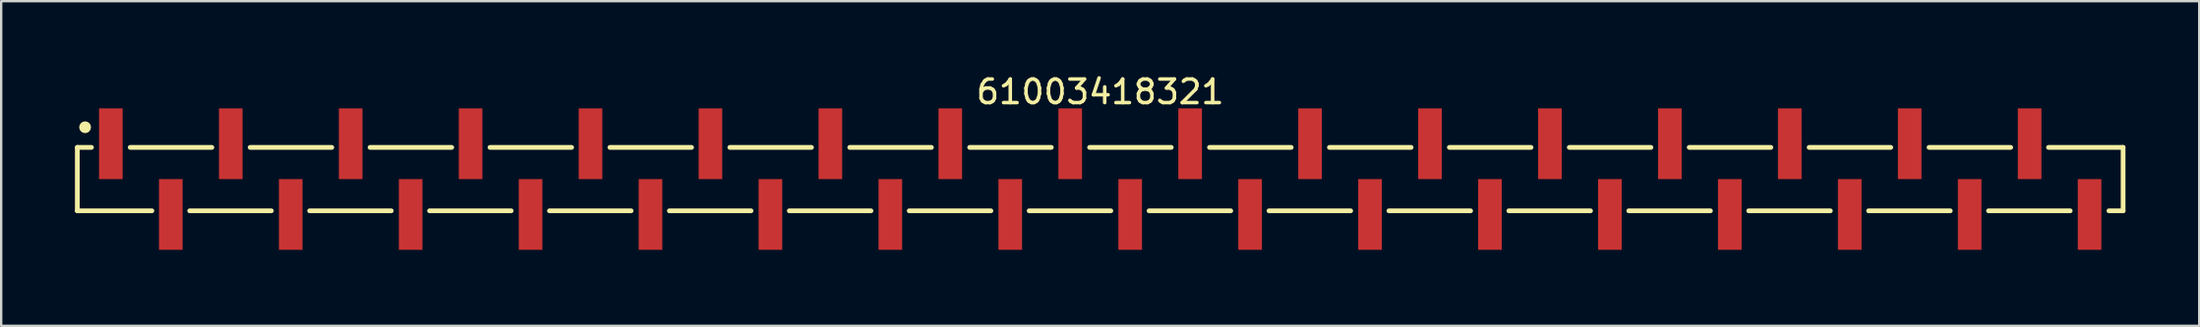
<source format=kicad_pcb>
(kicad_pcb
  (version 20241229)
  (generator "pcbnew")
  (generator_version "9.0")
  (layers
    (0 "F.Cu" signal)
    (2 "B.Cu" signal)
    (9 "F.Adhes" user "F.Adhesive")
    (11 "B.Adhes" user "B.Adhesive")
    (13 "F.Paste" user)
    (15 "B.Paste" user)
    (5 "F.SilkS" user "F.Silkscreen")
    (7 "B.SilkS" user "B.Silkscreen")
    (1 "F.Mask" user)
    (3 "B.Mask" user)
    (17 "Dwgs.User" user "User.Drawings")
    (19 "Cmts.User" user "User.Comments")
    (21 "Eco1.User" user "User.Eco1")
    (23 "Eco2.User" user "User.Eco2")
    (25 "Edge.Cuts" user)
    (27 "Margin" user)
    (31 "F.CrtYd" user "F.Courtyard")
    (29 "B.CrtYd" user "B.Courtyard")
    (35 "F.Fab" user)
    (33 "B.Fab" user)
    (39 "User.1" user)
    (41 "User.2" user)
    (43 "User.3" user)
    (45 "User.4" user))
  (footprint "61003418321"
    (layer "F.Cu")
    (at 43.555 4.548)
    (property "Reference" "61003418321" (at 0 -3.7 0) (layer "F.SilkS") (effects (font (size 1 1) (thickness 0.15))))
    (fp_line (start -43.33 -1.345) (end -42.73 -1.345) (stroke (width 0.2) (type solid)) (layer "F.SilkS"))
    (fp_line (start -43.33 1.345) (end -43.33 -1.345) (stroke (width 0.2) (type solid)) (layer "F.SilkS"))
    (fp_line (start -43.33 1.345) (end -40.17 1.345) (stroke (width 0.2) (type solid)) (layer "F.SilkS"))
    (fp_line (start -41.09 -1.345) (end -37.63 -1.345) (stroke (width 0.2) (type solid)) (layer "F.SilkS"))
    (fp_line (start -38.57 1.345) (end -35.11 1.345) (stroke (width 0.2) (type solid)) (layer "F.SilkS"))
    (fp_line (start -36.01 -1.345) (end -32.55 -1.345) (stroke (width 0.2) (type solid)) (layer "F.SilkS"))
    (fp_line (start -33.49 1.345) (end -30.03 1.345) (stroke (width 0.2) (type solid)) (layer "F.SilkS"))
    (fp_line (start -30.93 -1.345) (end -27.47 -1.345) (stroke (width 0.2) (type solid)) (layer "F.SilkS"))
    (fp_line (start -28.41 1.345) (end -24.95 1.345) (stroke (width 0.2) (type solid)) (layer "F.SilkS"))
    (fp_line (start -25.85 -1.345) (end -22.39 -1.345) (stroke (width 0.2) (type solid)) (layer "F.SilkS"))
    (fp_line (start -23.33 1.345) (end -19.87 1.345) (stroke (width 0.2) (type solid)) (layer "F.SilkS"))
    (fp_line (start -20.77 -1.345) (end -17.31 -1.345) (stroke (width 0.2) (type solid)) (layer "F.SilkS"))
    (fp_line (start -18.25 1.345) (end -14.79 1.345) (stroke (width 0.2) (type solid)) (layer "F.SilkS"))
    (fp_line (start -15.69 -1.345) (end -12.23 -1.345) (stroke (width 0.2) (type solid)) (layer "F.SilkS"))
    (fp_line (start -13.17 1.345) (end -9.71 1.345) (stroke (width 0.2) (type solid)) (layer "F.SilkS"))
    (fp_line (start -10.61 -1.345) (end -7.15 -1.345) (stroke (width 0.2) (type solid)) (layer "F.SilkS"))
    (fp_line (start -8.09 1.345) (end -4.63 1.345) (stroke (width 0.2) (type solid)) (layer "F.SilkS"))
    (fp_line (start -5.53 -1.345) (end -2.07 -1.345) (stroke (width 0.2) (type solid)) (layer "F.SilkS"))
    (fp_line (start -3.01 1.345) (end 0.45 1.345) (stroke (width 0.2) (type solid)) (layer "F.SilkS"))
    (fp_line (start -0.45 -1.345) (end 3.01 -1.345) (stroke (width 0.2) (type solid)) (layer "F.SilkS"))
    (fp_line (start 2.07 1.345) (end 5.53 1.345) (stroke (width 0.2) (type solid)) (layer "F.SilkS"))
    (fp_line (start 4.63 -1.345) (end 8.09 -1.345) (stroke (width 0.2) (type solid)) (layer "F.SilkS"))
    (fp_line (start 7.15 1.345) (end 10.61 1.345) (stroke (width 0.2) (type solid)) (layer "F.SilkS"))
    (fp_line (start 9.71 -1.345) (end 13.17 -1.345) (stroke (width 0.2) (type solid)) (layer "F.SilkS"))
    (fp_line (start 12.23 1.345) (end 15.69 1.345) (stroke (width 0.2) (type solid)) (layer "F.SilkS"))
    (fp_line (start 14.79 -1.345) (end 18.25 -1.345) (stroke (width 0.2) (type solid)) (layer "F.SilkS"))
    (fp_line (start 17.31 1.345) (end 20.77 1.345) (stroke (width 0.2) (type solid)) (layer "F.SilkS"))
    (fp_line (start 19.87 -1.345) (end 23.33 -1.345) (stroke (width 0.2) (type solid)) (layer "F.SilkS"))
    (fp_line (start 22.39 1.345) (end 25.85 1.345) (stroke (width 0.2) (type solid)) (layer "F.SilkS"))
    (fp_line (start 24.95 -1.345) (end 28.41 -1.345) (stroke (width 0.2) (type solid)) (layer "F.SilkS"))
    (fp_line (start 27.47 1.345) (end 30.93 1.345) (stroke (width 0.2) (type solid)) (layer "F.SilkS"))
    (fp_line (start 30.03 -1.345) (end 33.49 -1.345) (stroke (width 0.2) (type solid)) (layer "F.SilkS"))
    (fp_line (start 32.55 1.345) (end 36.01 1.345) (stroke (width 0.2) (type solid)) (layer "F.SilkS"))
    (fp_line (start 35.11 -1.345) (end 38.57 -1.345) (stroke (width 0.2) (type solid)) (layer "F.SilkS"))
    (fp_line (start 37.63 1.345) (end 41.09 1.345) (stroke (width 0.2) (type solid)) (layer "F.SilkS"))
    (fp_line (start 40.17 -1.345) (end 43.33 -1.345) (stroke (width 0.2) (type solid)) (layer "F.SilkS"))
    (fp_line (start 42.73 1.345) (end 43.33 1.345) (stroke (width 0.2) (type solid)) (layer "F.SilkS"))
    (fp_line (start 43.33 1.345) (end 43.33 -1.345) (stroke (width 0.2) (type solid)) (layer "F.SilkS"))
    (fp_circle (center -43 -2.2) (end -43 -2.325) (stroke (width 0.25) (type solid)) (fill no) (layer "F.SilkS"))
    (fp_line (start -43.53 -3.2) (end 43.53 -3.2) (stroke (width 0.05) (type solid)) (layer "Eco2.User"))
    (fp_line (start -43.53 3.2) (end -43.53 -3.2) (stroke (width 0.05) (type solid)) (layer "Eco2.User"))
    (fp_line (start -43.53 3.2) (end 43.53 3.2) (stroke (width 0.05) (type solid)) (layer "Eco2.User"))
    (fp_line (start -43.18 -1.27) (end 43.18 -1.27) (stroke (width 0.1) (type solid)) (layer "Eco2.User"))
    (fp_line (start -43.18 1.27) (end -43.18 -1.27) (stroke (width 0.1) (type solid)) (layer "Eco2.User"))
    (fp_line (start -43.18 1.27) (end 43.18 1.27) (stroke (width 0.1) (type solid)) (layer "Eco2.User"))
    (fp_line (start -42.23 -2.5) (end -41.59 -2.5) (stroke (width 0.1) (type solid)) (layer "Eco2.User"))
    (fp_line (start -42.23 -1.27) (end -42.23 -2.5) (stroke (width 0.1) (type solid)) (layer "Eco2.User"))
    (fp_line (start -41.59 -1.27) (end -41.59 -2.5) (stroke (width 0.1) (type solid)) (layer "Eco2.User"))
    (fp_line (start -39.69 2.5) (end -39.69 1.27) (stroke (width 0.1) (type solid)) (layer "Eco2.User"))
    (fp_line (start -39.69 2.5) (end -39.05 2.5) (stroke (width 0.1) (type solid)) (layer "Eco2.User"))
    (fp_line (start -39.05 2.5) (end -39.05 1.27) (stroke (width 0.1) (type solid)) (layer "Eco2.User"))
    (fp_line (start -37.15 -2.5) (end -36.51 -2.5) (stroke (width 0.1) (type solid)) (layer "Eco2.User"))
    (fp_line (start -37.15 -1.27) (end -37.15 -2.5) (stroke (width 0.1) (type solid)) (layer "Eco2.User"))
    (fp_line (start -36.51 -1.27) (end -36.51 -2.5) (stroke (width 0.1) (type solid)) (layer "Eco2.User"))
    (fp_line (start -34.61 2.5) (end -34.61 1.27) (stroke (width 0.1) (type solid)) (layer "Eco2.User"))
    (fp_line (start -34.61 2.5) (end -33.97 2.5) (stroke (width 0.1) (type solid)) (layer "Eco2.User"))
    (fp_line (start -33.97 2.5) (end -33.97 1.27) (stroke (width 0.1) (type solid)) (layer "Eco2.User"))
    (fp_line (start -32.07 -2.5) (end -31.43 -2.5) (stroke (width 0.1) (type solid)) (layer "Eco2.User"))
    (fp_line (start -32.07 -1.27) (end -32.07 -2.5) (stroke (width 0.1) (type solid)) (layer "Eco2.User"))
    (fp_line (start -31.43 -1.27) (end -31.43 -2.5) (stroke (width 0.1) (type solid)) (layer "Eco2.User"))
    (fp_line (start -29.53 2.5) (end -29.53 1.27) (stroke (width 0.1) (type solid)) (layer "Eco2.User"))
    (fp_line (start -29.53 2.5) (end -28.89 2.5) (stroke (width 0.1) (type solid)) (layer "Eco2.User"))
    (fp_line (start -28.89 2.5) (end -28.89 1.27) (stroke (width 0.1) (type solid)) (layer "Eco2.User"))
    (fp_line (start -26.99 -2.5) (end -26.35 -2.5) (stroke (width 0.1) (type solid)) (layer "Eco2.User"))
    (fp_line (start -26.99 -1.27) (end -26.99 -2.5) (stroke (width 0.1) (type solid)) (layer "Eco2.User"))
    (fp_line (start -26.35 -1.27) (end -26.35 -2.5) (stroke (width 0.1) (type solid)) (layer "Eco2.User"))
    (fp_line (start -24.45 2.5) (end -24.45 1.27) (stroke (width 0.1) (type solid)) (layer "Eco2.User"))
    (fp_line (start -24.45 2.5) (end -23.81 2.5) (stroke (width 0.1) (type solid)) (layer "Eco2.User"))
    (fp_line (start -23.81 2.5) (end -23.81 1.27) (stroke (width 0.1) (type solid)) (layer "Eco2.User"))
    (fp_line (start -21.91 -2.5) (end -21.27 -2.5) (stroke (width 0.1) (type solid)) (layer "Eco2.User"))
    (fp_line (start -21.91 -1.27) (end -21.91 -2.5) (stroke (width 0.1) (type solid)) (layer "Eco2.User"))
    (fp_line (start -21.27 -1.27) (end -21.27 -2.5) (stroke (width 0.1) (type solid)) (layer "Eco2.User"))
    (fp_line (start -19.37 2.5) (end -19.37 1.27) (stroke (width 0.1) (type solid)) (layer "Eco2.User"))
    (fp_line (start -19.37 2.5) (end -18.73 2.5) (stroke (width 0.1) (type solid)) (layer "Eco2.User"))
    (fp_line (start -18.73 2.5) (end -18.73 1.27) (stroke (width 0.1) (type solid)) (layer "Eco2.User"))
    (fp_line (start -16.83 -2.5) (end -16.19 -2.5) (stroke (width 0.1) (type solid)) (layer "Eco2.User"))
    (fp_line (start -16.83 -1.27) (end -16.83 -2.5) (stroke (width 0.1) (type solid)) (layer "Eco2.User"))
    (fp_line (start -16.19 -1.27) (end -16.19 -2.5) (stroke (width 0.1) (type solid)) (layer "Eco2.User"))
    (fp_line (start -14.29 2.5) (end -14.29 1.27) (stroke (width 0.1) (type solid)) (layer "Eco2.User"))
    (fp_line (start -14.29 2.5) (end -13.65 2.5) (stroke (width 0.1) (type solid)) (layer "Eco2.User"))
    (fp_line (start -13.65 2.5) (end -13.65 1.27) (stroke (width 0.1) (type solid)) (layer "Eco2.User"))
    (fp_line (start -11.75 -2.5) (end -11.11 -2.5) (stroke (width 0.1) (type solid)) (layer "Eco2.User"))
    (fp_line (start -11.75 -1.27) (end -11.75 -2.5) (stroke (width 0.1) (type solid)) (layer "Eco2.User"))
    (fp_line (start -11.11 -1.27) (end -11.11 -2.5) (stroke (width 0.1) (type solid)) (layer "Eco2.User"))
    (fp_line (start -9.21 2.5) (end -9.21 1.27) (stroke (width 0.1) (type solid)) (layer "Eco2.User"))
    (fp_line (start -9.21 2.5) (end -8.57 2.5) (stroke (width 0.1) (type solid)) (layer "Eco2.User"))
    (fp_line (start -8.57 2.5) (end -8.57 1.27) (stroke (width 0.1) (type solid)) (layer "Eco2.User"))
    (fp_line (start -6.67 -2.5) (end -6.03 -2.5) (stroke (width 0.1) (type solid)) (layer "Eco2.User"))
    (fp_line (start -6.67 -1.27) (end -6.67 -2.5) (stroke (width 0.1) (type solid)) (layer "Eco2.User"))
    (fp_line (start -6.03 -1.27) (end -6.03 -2.5) (stroke (width 0.1) (type solid)) (layer "Eco2.User"))
    (fp_line (start -4.13 2.5) (end -4.13 1.27) (stroke (width 0.1) (type solid)) (layer "Eco2.User"))
    (fp_line (start -4.13 2.5) (end -3.49 2.5) (stroke (width 0.1) (type solid)) (layer "Eco2.User"))
    (fp_line (start -3.49 2.5) (end -3.49 1.27) (stroke (width 0.1) (type solid)) (layer "Eco2.User"))
    (fp_line (start -1.59 -2.5) (end -0.95 -2.5) (stroke (width 0.1) (type solid)) (layer "Eco2.User"))
    (fp_line (start -1.59 -1.27) (end -1.59 -2.5) (stroke (width 0.1) (type solid)) (layer "Eco2.User"))
    (fp_line (start -0.95 -1.27) (end -0.95 -2.5) (stroke (width 0.1) (type solid)) (layer "Eco2.User"))
    (fp_line (start -0.5 0) (end 0.5 0) (stroke (width 0.05) (type solid)) (layer "Eco2.User"))
    (fp_line (start 0 0.5) (end 0 -0.5) (stroke (width 0.05) (type solid)) (layer "Eco2.User"))
    (fp_line (start 0.95 2.5) (end 0.95 1.27) (stroke (width 0.1) (type solid)) (layer "Eco2.User"))
    (fp_line (start 0.95 2.5) (end 1.59 2.5) (stroke (width 0.1) (type solid)) (layer "Eco2.User"))
    (fp_line (start 1.59 2.5) (end 1.59 1.27) (stroke (width 0.1) (type solid)) (layer "Eco2.User"))
    (fp_line (start 3.49 -2.5) (end 4.13 -2.5) (stroke (width 0.1) (type solid)) (layer "Eco2.User"))
    (fp_line (start 3.49 -1.27) (end 3.49 -2.5) (stroke (width 0.1) (type solid)) (layer "Eco2.User"))
    (fp_line (start 4.13 -1.27) (end 4.13 -2.5) (stroke (width 0.1) (type solid)) (layer "Eco2.User"))
    (fp_line (start 6.03 2.5) (end 6.03 1.27) (stroke (width 0.1) (type solid)) (layer "Eco2.User"))
    (fp_line (start 6.03 2.5) (end 6.67 2.5) (stroke (width 0.1) (type solid)) (layer "Eco2.User"))
    (fp_line (start 6.67 2.5) (end 6.67 1.27) (stroke (width 0.1) (type solid)) (layer "Eco2.User"))
    (fp_line (start 8.57 -2.5) (end 9.21 -2.5) (stroke (width 0.1) (type solid)) (layer "Eco2.User"))
    (fp_line (start 8.57 -1.27) (end 8.57 -2.5) (stroke (width 0.1) (type solid)) (layer "Eco2.User"))
    (fp_line (start 9.21 -1.27) (end 9.21 -2.5) (stroke (width 0.1) (type solid)) (layer "Eco2.User"))
    (fp_line (start 11.11 2.5) (end 11.11 1.27) (stroke (width 0.1) (type solid)) (layer "Eco2.User"))
    (fp_line (start 11.11 2.5) (end 11.75 2.5) (stroke (width 0.1) (type solid)) (layer "Eco2.User"))
    (fp_line (start 11.75 2.5) (end 11.75 1.27) (stroke (width 0.1) (type solid)) (layer "Eco2.User"))
    (fp_line (start 13.65 -2.5) (end 14.29 -2.5) (stroke (width 0.1) (type solid)) (layer "Eco2.User"))
    (fp_line (start 13.65 -1.27) (end 13.65 -2.5) (stroke (width 0.1) (type solid)) (layer "Eco2.User"))
    (fp_line (start 14.29 -1.27) (end 14.29 -2.5) (stroke (width 0.1) (type solid)) (layer "Eco2.User"))
    (fp_line (start 16.19 2.5) (end 16.19 1.27) (stroke (width 0.1) (type solid)) (layer "Eco2.User"))
    (fp_line (start 16.19 2.5) (end 16.83 2.5) (stroke (width 0.1) (type solid)) (layer "Eco2.User"))
    (fp_line (start 16.83 2.5) (end 16.83 1.27) (stroke (width 0.1) (type solid)) (layer "Eco2.User"))
    (fp_line (start 18.73 -2.5) (end 19.37 -2.5) (stroke (width 0.1) (type solid)) (layer "Eco2.User"))
    (fp_line (start 18.73 -1.27) (end 18.73 -2.5) (stroke (width 0.1) (type solid)) (layer "Eco2.User"))
    (fp_line (start 19.37 -1.27) (end 19.37 -2.5) (stroke (width 0.1) (type solid)) (layer "Eco2.User"))
    (fp_line (start 21.27 2.5) (end 21.27 1.27) (stroke (width 0.1) (type solid)) (layer "Eco2.User"))
    (fp_line (start 21.27 2.5) (end 21.91 2.5) (stroke (width 0.1) (type solid)) (layer "Eco2.User"))
    (fp_line (start 21.91 2.5) (end 21.91 1.27) (stroke (width 0.1) (type solid)) (layer "Eco2.User"))
    (fp_line (start 23.81 -2.5) (end 24.45 -2.5) (stroke (width 0.1) (type solid)) (layer "Eco2.User"))
    (fp_line (start 23.81 -1.27) (end 23.81 -2.5) (stroke (width 0.1) (type solid)) (layer "Eco2.User"))
    (fp_line (start 24.45 -1.27) (end 24.45 -2.5) (stroke (width 0.1) (type solid)) (layer "Eco2.User"))
    (fp_line (start 26.35 2.5) (end 26.35 1.27) (stroke (width 0.1) (type solid)) (layer "Eco2.User"))
    (fp_line (start 26.35 2.5) (end 26.99 2.5) (stroke (width 0.1) (type solid)) (layer "Eco2.User"))
    (fp_line (start 26.99 2.5) (end 26.99 1.27) (stroke (width 0.1) (type solid)) (layer "Eco2.User"))
    (fp_line (start 28.89 -2.5) (end 29.53 -2.5) (stroke (width 0.1) (type solid)) (layer "Eco2.User"))
    (fp_line (start 28.89 -1.27) (end 28.89 -2.5) (stroke (width 0.1) (type solid)) (layer "Eco2.User"))
    (fp_line (start 29.53 -1.27) (end 29.53 -2.5) (stroke (width 0.1) (type solid)) (layer "Eco2.User"))
    (fp_line (start 31.43 2.5) (end 31.43 1.27) (stroke (width 0.1) (type solid)) (layer "Eco2.User"))
    (fp_line (start 31.43 2.5) (end 32.07 2.5) (stroke (width 0.1) (type solid)) (layer "Eco2.User"))
    (fp_line (start 32.07 2.5) (end 32.07 1.27) (stroke (width 0.1) (type solid)) (layer "Eco2.User"))
    (fp_line (start 33.97 -2.5) (end 34.61 -2.5) (stroke (width 0.1) (type solid)) (layer "Eco2.User"))
    (fp_line (start 33.97 -1.27) (end 33.97 -2.5) (stroke (width 0.1) (type solid)) (layer "Eco2.User"))
    (fp_line (start 34.61 -1.27) (end 34.61 -2.5) (stroke (width 0.1) (type solid)) (layer "Eco2.User"))
    (fp_line (start 36.51 2.5) (end 36.51 1.27) (stroke (width 0.1) (type solid)) (layer "Eco2.User"))
    (fp_line (start 36.51 2.5) (end 37.15 2.5) (stroke (width 0.1) (type solid)) (layer "Eco2.User"))
    (fp_line (start 37.15 2.5) (end 37.15 1.27) (stroke (width 0.1) (type solid)) (layer "Eco2.User"))
    (fp_line (start 39.05 -2.5) (end 39.69 -2.5) (stroke (width 0.1) (type solid)) (layer "Eco2.User"))
    (fp_line (start 39.05 -1.27) (end 39.05 -2.5) (stroke (width 0.1) (type solid)) (layer "Eco2.User"))
    (fp_line (start 39.69 -1.27) (end 39.69 -2.5) (stroke (width 0.1) (type solid)) (layer "Eco2.User"))
    (fp_line (start 41.59 2.5) (end 41.59 1.27) (stroke (width 0.1) (type solid)) (layer "Eco2.User"))
    (fp_line (start 41.59 2.5) (end 42.23 2.5) (stroke (width 0.1) (type solid)) (layer "Eco2.User"))
    (fp_line (start 42.23 2.5) (end 42.23 1.27) (stroke (width 0.1) (type solid)) (layer "Eco2.User"))
    (fp_line (start 43.18 1.27) (end 43.18 -1.27) (stroke (width 0.1) (type solid)) (layer "Eco2.User"))
    (fp_line (start 43.53 3.2) (end 43.53 -3.2) (stroke (width 0.05) (type solid)) (layer "Eco2.User"))
    (fp_text user "${REFERENCE}" (at 0.15 -0.197 0) (unlocked yes) (layer "User.3") (effects (font (size 1.5 1.5) (thickness 0.15))))
    (pad "1" smd rect (at -41.91 -1.5) (size 1 3) (layers "F.Cu" "F.Mask" "F.Paste"))
    (pad "2" smd rect (at -39.37 1.5) (size 1 3) (layers "F.Cu" "F.Mask" "F.Paste"))
    (pad "3" smd rect (at -36.83 -1.5) (size 1 3) (layers "F.Cu" "F.Mask" "F.Paste"))
    (pad "4" smd rect (at -34.29 1.5) (size 1 3) (layers "F.Cu" "F.Mask" "F.Paste"))
    (pad "5" smd rect (at -31.75 -1.5) (size 1 3) (layers "F.Cu" "F.Mask" "F.Paste"))
    (pad "6" smd rect (at -29.21 1.5) (size 1 3) (layers "F.Cu" "F.Mask" "F.Paste"))
    (pad "7" smd rect (at -26.67 -1.5) (size 1 3) (layers "F.Cu" "F.Mask" "F.Paste"))
    (pad "8" smd rect (at -24.13 1.5) (size 1 3) (layers "F.Cu" "F.Mask" "F.Paste"))
    (pad "9" smd rect (at -21.59 -1.5) (size 1 3) (layers "F.Cu" "F.Mask" "F.Paste"))
    (pad "10" smd rect (at -19.05 1.5) (size 1 3) (layers "F.Cu" "F.Mask" "F.Paste"))
    (pad "11" smd rect (at -16.51 -1.5) (size 1 3) (layers "F.Cu" "F.Mask" "F.Paste"))
    (pad "12" smd rect (at -13.97 1.5) (size 1 3) (layers "F.Cu" "F.Mask" "F.Paste"))
    (pad "13" smd rect (at -11.43 -1.5) (size 1 3) (layers "F.Cu" "F.Mask" "F.Paste"))
    (pad "14" smd rect (at -8.89 1.5) (size 1 3) (layers "F.Cu" "F.Mask" "F.Paste"))
    (pad "15" smd rect (at -6.35 -1.5) (size 1 3) (layers "F.Cu" "F.Mask" "F.Paste"))
    (pad "16" smd rect (at -3.81 1.5) (size 1 3) (layers "F.Cu" "F.Mask" "F.Paste"))
    (pad "17" smd rect (at -1.27 -1.5) (size 1 3) (layers "F.Cu" "F.Mask" "F.Paste"))
    (pad "18" smd rect (at 1.27 1.5) (size 1 3) (layers "F.Cu" "F.Mask" "F.Paste"))
    (pad "19" smd rect (at 3.81 -1.5) (size 1 3) (layers "F.Cu" "F.Mask" "F.Paste"))
    (pad "20" smd rect (at 6.35 1.5) (size 1 3) (layers "F.Cu" "F.Mask" "F.Paste"))
    (pad "21" smd rect (at 8.89 -1.5) (size 1 3) (layers "F.Cu" "F.Mask" "F.Paste"))
    (pad "22" smd rect (at 11.43 1.5) (size 1 3) (layers "F.Cu" "F.Mask" "F.Paste"))
    (pad "23" smd rect (at 13.97 -1.5) (size 1 3) (layers "F.Cu" "F.Mask" "F.Paste"))
    (pad "24" smd rect (at 16.51 1.5) (size 1 3) (layers "F.Cu" "F.Mask" "F.Paste"))
    (pad "25" smd rect (at 19.05 -1.5) (size 1 3) (layers "F.Cu" "F.Mask" "F.Paste"))
    (pad "26" smd rect (at 21.59 1.5) (size 1 3) (layers "F.Cu" "F.Mask" "F.Paste"))
    (pad "27" smd rect (at 24.13 -1.5) (size 1 3) (layers "F.Cu" "F.Mask" "F.Paste"))
    (pad "28" smd rect (at 26.67 1.5) (size 1 3) (layers "F.Cu" "F.Mask" "F.Paste"))
    (pad "29" smd rect (at 29.21 -1.5) (size 1 3) (layers "F.Cu" "F.Mask" "F.Paste"))
    (pad "30" smd rect (at 31.75 1.5) (size 1 3) (layers "F.Cu" "F.Mask" "F.Paste"))
    (pad "31" smd rect (at 34.29 -1.5) (size 1 3) (layers "F.Cu" "F.Mask" "F.Paste"))
    (pad "32" smd rect (at 36.83 1.5) (size 1 3) (layers "F.Cu" "F.Mask" "F.Paste"))
    (pad "33" smd rect (at 39.37 -1.5) (size 1 3) (layers "F.Cu" "F.Mask" "F.Paste"))
    (pad "34" smd rect (at 41.91 1.5) (size 1 3) (layers "F.Cu" "F.Mask" "F.Paste")))
  (gr_rect
    (start -3 -3)
    (end 90.11 10.773)
    (stroke (width 0.1) (type default))
    (fill no)
    (layer "Edge.Cuts")))
</source>
